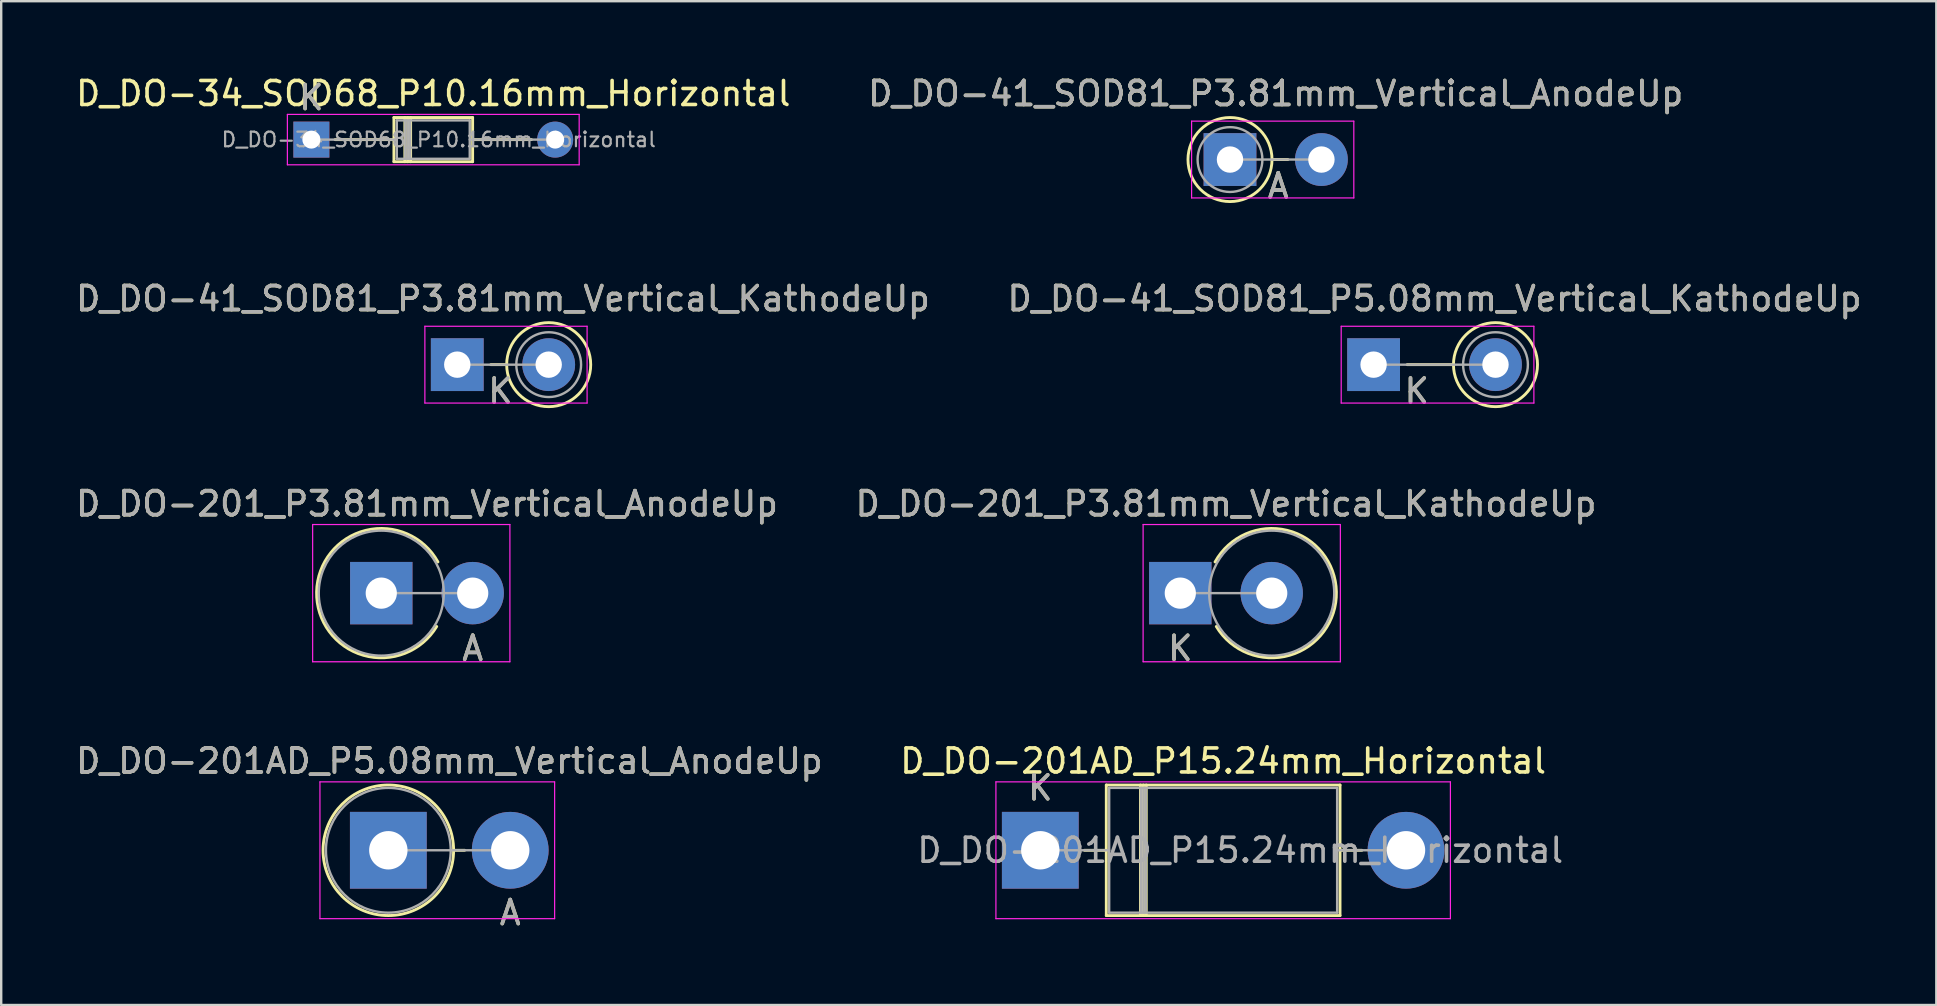
<source format=kicad_pcb>
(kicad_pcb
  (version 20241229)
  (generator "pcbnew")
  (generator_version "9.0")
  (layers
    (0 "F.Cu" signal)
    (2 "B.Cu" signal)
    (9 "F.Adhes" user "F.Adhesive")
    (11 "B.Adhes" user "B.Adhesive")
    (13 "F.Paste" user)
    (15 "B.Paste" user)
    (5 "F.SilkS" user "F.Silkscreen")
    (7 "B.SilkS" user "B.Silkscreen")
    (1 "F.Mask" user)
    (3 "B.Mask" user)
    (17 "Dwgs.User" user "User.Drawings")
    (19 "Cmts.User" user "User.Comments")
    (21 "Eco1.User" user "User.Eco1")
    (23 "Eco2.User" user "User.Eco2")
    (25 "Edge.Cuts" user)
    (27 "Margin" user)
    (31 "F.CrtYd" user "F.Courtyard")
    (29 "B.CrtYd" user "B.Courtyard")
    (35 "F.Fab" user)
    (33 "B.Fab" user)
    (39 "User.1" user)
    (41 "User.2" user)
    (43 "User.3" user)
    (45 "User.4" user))
  (footprint "D_DO-201AD_P5.08mm_Vertical_AnodeUp"
    (layer "F.Cu")
    (at 13.133 32.384)
    (property "Reference" "D_DO-201AD_P5.08mm_Vertical_AnodeUp" (at 2.54 -3.72 0) (layer "F.SilkS") (effects (font (size 1 1) (thickness 0.15))))
    (attr through_hole)
    (fp_line (start 2.72 0) (end 3.18 0) (stroke (width 0.12) (type solid)) (layer "F.SilkS"))
    (fp_circle (center 0 0) (end 2.72 0) (stroke (width 0.12) (type solid)) (fill no) (layer "F.SilkS"))
    (fp_line (start -2.85 -2.85) (end -2.85 2.85) (stroke (width 0.05) (type solid)) (layer "F.CrtYd"))
    (fp_line (start -2.85 2.85) (end 6.93 2.85) (stroke (width 0.05) (type solid)) (layer "F.CrtYd"))
    (fp_line (start 6.93 -2.85) (end -2.85 -2.85) (stroke (width 0.05) (type solid)) (layer "F.CrtYd"))
    (fp_line (start 6.93 2.85) (end 6.93 -2.85) (stroke (width 0.05) (type solid)) (layer "F.CrtYd"))
    (fp_line (start 0 0) (end 5.08 0) (stroke (width 0.1) (type solid)) (layer "F.Fab"))
    (fp_circle (center 0 0) (end 2.6 0) (stroke (width 0.1) (type solid)) (fill no) (layer "F.Fab"))
    (fp_text user "A" (at 5.08 2.6 0) (layer "F.SilkS") (effects (font (size 1 1) (thickness 0.15))))
    (fp_text user "A" (at 5.08 2.6 0) (layer "F.Fab") (effects (font (size 1 1) (thickness 0.15))))
    (fp_text user "${REFERENCE}" (at 2.54 -3.72 0) (layer "F.Fab") (effects (font (size 1 1) (thickness 0.15))))
    (pad "1" thru_hole rect (at 0 0) (size 3.2 3.2) (drill 1.6) (layers "*.Cu" "*.Mask"))
    (pad "2" thru_hole oval (at 5.08 0) (size 3.2 3.2) (drill 1.6) (layers "*.Cu" "*.Mask")))
  (footprint "D_DO-41_SOD81_P5.08mm_Vertical_KathodeUp"
    (layer "F.Cu")
    (at 54.192 12.146)
    (property "Reference" "D_DO-41_SOD81_P5.08mm_Vertical_KathodeUp" (at 2.54 -2.751 0) (layer "F.SilkS") (effects (font (size 1 1) (thickness 0.15))))
    (attr through_hole)
    (fp_line (start 3.329 0) (end 1.4 0) (stroke (width 0.12) (type solid)) (layer "F.SilkS"))
    (fp_circle (center 5.08 0) (end 6.831 0) (stroke (width 0.12) (type solid)) (fill no) (layer "F.SilkS"))
    (fp_line (start -1.35 -1.6) (end -1.35 1.6) (stroke (width 0.05) (type solid)) (layer "F.CrtYd"))
    (fp_line (start -1.35 1.6) (end 6.68 1.6) (stroke (width 0.05) (type solid)) (layer "F.CrtYd"))
    (fp_line (start 6.68 -1.6) (end -1.35 -1.6) (stroke (width 0.05) (type solid)) (layer "F.CrtYd"))
    (fp_line (start 6.68 1.6) (end 6.68 -1.6) (stroke (width 0.05) (type solid)) (layer "F.CrtYd"))
    (fp_line (start 0 0) (end 5.08 0) (stroke (width 0.1) (type solid)) (layer "F.Fab"))
    (fp_circle (center 5.08 0) (end 6.43 0) (stroke (width 0.1) (type solid)) (fill no) (layer "F.Fab"))
    (fp_text user "K" (at 1.8 1.1 0) (layer "F.SilkS") (effects (font (size 1 1) (thickness 0.15))))
    (fp_text user "K" (at 1.8 1.1 0) (layer "F.Fab") (effects (font (size 1 1) (thickness 0.15))))
    (fp_text user "${REFERENCE}" (at 2.54 -2.751 0) (layer "F.Fab") (effects (font (size 1 1) (thickness 0.15))))
    (pad "1" thru_hole rect (at 0 0) (size 2.2 2.2) (drill 1.1) (layers "*.Cu" "*.Mask"))
    (pad "2" thru_hole oval (at 5.08 0) (size 2.2 2.2) (drill 1.1) (layers "*.Cu" "*.Mask")))
  (footprint "D_DO-41_SOD81_P3.81mm_Vertical_AnodeUp"
    (layer "F.Cu")
    (at 48.208 3.599)
    (property "Reference" "D_DO-41_SOD81_P3.81mm_Vertical_AnodeUp" (at 1.905 -2.751 0) (layer "F.SilkS") (effects (font (size 1 1) (thickness 0.15))))
    (attr through_hole)
    (fp_line (start 1.751 0) (end 2.41 0) (stroke (width 0.12) (type solid)) (layer "F.SilkS"))
    (fp_circle (center 0 0) (end 1.751 0) (stroke (width 0.12) (type solid)) (fill no) (layer "F.SilkS"))
    (fp_line (start -1.6 -1.6) (end -1.6 1.6) (stroke (width 0.05) (type solid)) (layer "F.CrtYd"))
    (fp_line (start -1.6 1.6) (end 5.16 1.6) (stroke (width 0.05) (type solid)) (layer "F.CrtYd"))
    (fp_line (start 5.16 -1.6) (end -1.6 -1.6) (stroke (width 0.05) (type solid)) (layer "F.CrtYd"))
    (fp_line (start 5.16 1.6) (end 5.16 -1.6) (stroke (width 0.05) (type solid)) (layer "F.CrtYd"))
    (fp_line (start 0 0) (end 3.81 0) (stroke (width 0.1) (type solid)) (layer "F.Fab"))
    (fp_circle (center 0 0) (end 1.35 0) (stroke (width 0.1) (type solid)) (fill no) (layer "F.Fab"))
    (fp_text user "A" (at 2.01 1.1 0) (layer "F.SilkS") (effects (font (size 1 1) (thickness 0.15))))
    (fp_text user "${REFERENCE}" (at 1.905 -2.751 0) (layer "F.Fab") (effects (font (size 1 1) (thickness 0.15))))
    (fp_text user "A" (at 2.01 1.1 0) (layer "F.Fab") (effects (font (size 1 1) (thickness 0.15))))
    (pad "1" thru_hole rect (at 0 0) (size 2.2 2.2) (drill 1.1) (layers "*.Cu" "*.Mask"))
    (pad "2" thru_hole oval (at 3.81 0) (size 2.2 2.2) (drill 1.1) (layers "*.Cu" "*.Mask")))
  (footprint "D_DO-41_SOD81_P3.81mm_Vertical_KathodeUp"
    (layer "F.Cu")
    (at 16.006 12.146)
    (property "Reference" "D_DO-41_SOD81_P3.81mm_Vertical_KathodeUp" (at 1.905 -2.751 0) (layer "F.SilkS") (effects (font (size 1 1) (thickness 0.15))))
    (attr through_hole)
    (fp_line (start 2.059 0) (end 1.4 0) (stroke (width 0.12) (type solid)) (layer "F.SilkS"))
    (fp_circle (center 3.81 0) (end 5.561 0) (stroke (width 0.12) (type solid)) (fill no) (layer "F.SilkS"))
    (fp_line (start -1.35 -1.6) (end -1.35 1.6) (stroke (width 0.05) (type solid)) (layer "F.CrtYd"))
    (fp_line (start -1.35 1.6) (end 5.41 1.6) (stroke (width 0.05) (type solid)) (layer "F.CrtYd"))
    (fp_line (start 5.41 -1.6) (end -1.35 -1.6) (stroke (width 0.05) (type solid)) (layer "F.CrtYd"))
    (fp_line (start 5.41 1.6) (end 5.41 -1.6) (stroke (width 0.05) (type solid)) (layer "F.CrtYd"))
    (fp_line (start 0 0) (end 3.81 0) (stroke (width 0.1) (type solid)) (layer "F.Fab"))
    (fp_circle (center 3.81 0) (end 5.16 0) (stroke (width 0.1) (type solid)) (fill no) (layer "F.Fab"))
    (fp_text user "K" (at 1.8 1.1 0) (layer "F.SilkS") (effects (font (size 1 1) (thickness 0.15))))
    (fp_text user "${REFERENCE}" (at 1.905 -2.751 0) (layer "F.Fab") (effects (font (size 1 1) (thickness 0.15))))
    (fp_text user "K" (at 1.8 1.1 0) (layer "F.Fab") (effects (font (size 1 1) (thickness 0.15))))
    (pad "1" thru_hole rect (at 0 0) (size 2.2 2.2) (drill 1.1) (layers "*.Cu" "*.Mask"))
    (pad "2" thru_hole oval (at 3.81 0) (size 2.2 2.2) (drill 1.1) (layers "*.Cu" "*.Mask")))
  (footprint "D_DO-201_P3.81mm_Vertical_KathodeUp"
    (layer "F.Cu")
    (at 46.137 21.668)
    (property "Reference" "D_DO-201_P3.81mm_Vertical_KathodeUp" (at 1.905 -3.725 0) (layer "F.SilkS") (effects (font (size 1 1) (thickness 0.15))))
    (attr through_hole)
    (fp_arc (start 1.448639 -1.3) (mid 6.505054 -0.052035) (end 1.50058 1.390181) (stroke (width 0.12) (type solid)) (layer "F.SilkS"))
    (fp_line (start -1.55 -2.86) (end -1.55 2.86) (stroke (width 0.05) (type solid)) (layer "F.CrtYd"))
    (fp_line (start -1.55 2.86) (end 6.67 2.86) (stroke (width 0.05) (type solid)) (layer "F.CrtYd"))
    (fp_line (start 6.67 -2.86) (end -1.55 -2.86) (stroke (width 0.05) (type solid)) (layer "F.CrtYd"))
    (fp_line (start 6.67 2.86) (end 6.67 -2.86) (stroke (width 0.05) (type solid)) (layer "F.CrtYd"))
    (fp_line (start 0 0) (end 3.81 0) (stroke (width 0.1) (type solid)) (layer "F.Fab"))
    (fp_circle (center 3.81 0) (end 6.415 0) (stroke (width 0.1) (type solid)) (fill no) (layer "F.Fab"))
    (fp_text user "K" (at 0 2.3 0) (layer "F.SilkS") (effects (font (size 1 1) (thickness 0.15))))
    (fp_text user "K" (at 0 2.3 0) (layer "F.Fab") (effects (font (size 1 1) (thickness 0.15))))
    (fp_text user "${REFERENCE}" (at 1.905 -3.725 0) (layer "F.Fab") (effects (font (size 1 1) (thickness 0.15))))
    (pad "1" thru_hole rect (at 0 0) (size 2.6 2.6) (drill 1.3) (layers "*.Cu" "*.Mask"))
    (pad "2" thru_hole oval (at 3.81 0) (size 2.6 2.6) (drill 1.3) (layers "*.Cu" "*.Mask")))
  (footprint "D_DO-201_P3.81mm_Vertical_AnodeUp"
    (layer "F.Cu")
    (at 12.839 21.668)
    (property "Reference" "D_DO-201_P3.81mm_Vertical_AnodeUp" (at 1.905 -3.725 0) (layer "F.SilkS") (effects (font (size 1 1) (thickness 0.15))))
    (attr through_hole)
    (fp_arc (start 2.30942 1.390181) (mid -2.695054 -0.052035) (end 2.361361 -1.3) (stroke (width 0.12) (type solid)) (layer "F.SilkS"))
    (fp_line (start -2.86 -2.86) (end -2.86 2.86) (stroke (width 0.05) (type solid)) (layer "F.CrtYd"))
    (fp_line (start -2.86 2.86) (end 5.36 2.86) (stroke (width 0.05) (type solid)) (layer "F.CrtYd"))
    (fp_line (start 5.36 -2.86) (end -2.86 -2.86) (stroke (width 0.05) (type solid)) (layer "F.CrtYd"))
    (fp_line (start 5.36 2.86) (end 5.36 -2.86) (stroke (width 0.05) (type solid)) (layer "F.CrtYd"))
    (fp_line (start 0 0) (end 3.81 0) (stroke (width 0.1) (type solid)) (layer "F.Fab"))
    (fp_circle (center 0 0) (end 2.605 0) (stroke (width 0.1) (type solid)) (fill no) (layer "F.Fab"))
    (fp_text user "A" (at 3.81 2.3 0) (layer "F.SilkS") (effects (font (size 1 1) (thickness 0.15))))
    (fp_text user "A" (at 3.81 2.3 0) (layer "F.Fab") (effects (font (size 1 1) (thickness 0.15))))
    (fp_text user "${REFERENCE}" (at 1.905 -3.725 0) (layer "F.Fab") (effects (font (size 1 1) (thickness 0.15))))
    (pad "1" thru_hole rect (at 0 0) (size 2.6 2.6) (drill 1.3) (layers "*.Cu" "*.Mask"))
    (pad "2" thru_hole oval (at 3.81 0) (size 2.6 2.6) (drill 1.3) (layers "*.Cu" "*.Mask")))
  (footprint "D_DO-201AD_P15.24mm_Horizontal"
    (layer "F.Cu")
    (at 40.303 32.384)
    (property "Reference" "D_DO-201AD_P15.24mm_Horizontal" (at 7.62 -3.72 0) (layer "F.SilkS") (effects (font (size 1 1) (thickness 0.15))))
    (attr through_hole)
    (fp_line (start 1.84 0) (end 2.75 0) (stroke (width 0.12) (type solid)) (layer "F.SilkS"))
    (fp_line (start 2.75 -2.72) (end 2.75 2.72) (stroke (width 0.12) (type solid)) (layer "F.SilkS"))
    (fp_line (start 2.75 2.72) (end 12.49 2.72) (stroke (width 0.12) (type solid)) (layer "F.SilkS"))
    (fp_line (start 4.175 -2.72) (end 4.175 2.72) (stroke (width 0.12) (type solid)) (layer "F.SilkS"))
    (fp_line (start 4.295 -2.72) (end 4.295 2.72) (stroke (width 0.12) (type solid)) (layer "F.SilkS"))
    (fp_line (start 4.415 -2.72) (end 4.415 2.72) (stroke (width 0.12) (type solid)) (layer "F.SilkS"))
    (fp_line (start 12.49 -2.72) (end 2.75 -2.72) (stroke (width 0.12) (type solid)) (layer "F.SilkS"))
    (fp_line (start 12.49 2.72) (end 12.49 -2.72) (stroke (width 0.12) (type solid)) (layer "F.SilkS"))
    (fp_line (start 13.4 0) (end 12.49 0) (stroke (width 0.12) (type solid)) (layer "F.SilkS"))
    (fp_line (start -1.85 -2.85) (end -1.85 2.85) (stroke (width 0.05) (type solid)) (layer "F.CrtYd"))
    (fp_line (start -1.85 2.85) (end 17.09 2.85) (stroke (width 0.05) (type solid)) (layer "F.CrtYd"))
    (fp_line (start 17.09 -2.85) (end -1.85 -2.85) (stroke (width 0.05) (type solid)) (layer "F.CrtYd"))
    (fp_line (start 17.09 2.85) (end 17.09 -2.85) (stroke (width 0.05) (type solid)) (layer "F.CrtYd"))
    (fp_line (start 0 0) (end 2.87 0) (stroke (width 0.1) (type solid)) (layer "F.Fab"))
    (fp_line (start 2.87 -2.6) (end 2.87 2.6) (stroke (width 0.1) (type solid)) (layer "F.Fab"))
    (fp_line (start 2.87 2.6) (end 12.37 2.6) (stroke (width 0.1) (type solid)) (layer "F.Fab"))
    (fp_line (start 4.195 -2.6) (end 4.195 2.6) (stroke (width 0.1) (type solid)) (layer "F.Fab"))
    (fp_line (start 4.295 -2.6) (end 4.295 2.6) (stroke (width 0.1) (type solid)) (layer "F.Fab"))
    (fp_line (start 4.395 -2.6) (end 4.395 2.6) (stroke (width 0.1) (type solid)) (layer "F.Fab"))
    (fp_line (start 12.37 -2.6) (end 2.87 -2.6) (stroke (width 0.1) (type solid)) (layer "F.Fab"))
    (fp_line (start 12.37 2.6) (end 12.37 -2.6) (stroke (width 0.1) (type solid)) (layer "F.Fab"))
    (fp_line (start 15.24 0) (end 12.37 0) (stroke (width 0.1) (type solid)) (layer "F.Fab"))
    (fp_text user "K" (at 0 -2.6 0) (layer "F.SilkS") (effects (font (size 1 1) (thickness 0.15))))
    (fp_text user "K" (at 0 -2.6 0) (layer "F.Fab") (effects (font (size 1 1) (thickness 0.15))))
    (fp_text user "${REFERENCE}" (at 8.332 0 0) (layer "F.Fab") (effects (font (size 1 1) (thickness 0.15))))
    (pad "1" thru_hole rect (at 0 0) (size 3.2 3.2) (drill 1.6) (layers "*.Cu" "*.Mask"))
    (pad "2" thru_hole oval (at 15.24 0) (size 3.2 3.2) (drill 1.6) (layers "*.Cu" "*.Mask")))
  (footprint "D_DO-34_SOD68_P10.16mm_Horizontal"
    (layer "F.Cu")
    (at 9.926 2.768)
    (property "Reference" "D_DO-34_SOD68_P10.16mm_Horizontal" (at 5.08 -1.92 0) (layer "F.SilkS") (effects (font (size 1 1) (thickness 0.15))))
    (attr through_hole)
    (fp_line (start 0.99 0) (end 3.44 0) (stroke (width 0.12) (type solid)) (layer "F.SilkS"))
    (fp_line (start 3.44 -0.92) (end 3.44 0.92) (stroke (width 0.12) (type solid)) (layer "F.SilkS"))
    (fp_line (start 3.44 0.92) (end 6.72 0.92) (stroke (width 0.12) (type solid)) (layer "F.SilkS"))
    (fp_line (start 3.896 -0.92) (end 3.896 0.92) (stroke (width 0.12) (type solid)) (layer "F.SilkS"))
    (fp_line (start 4.016 -0.92) (end 4.016 0.92) (stroke (width 0.12) (type solid)) (layer "F.SilkS"))
    (fp_line (start 4.136 -0.92) (end 4.136 0.92) (stroke (width 0.12) (type solid)) (layer "F.SilkS"))
    (fp_line (start 6.72 -0.92) (end 3.44 -0.92) (stroke (width 0.12) (type solid)) (layer "F.SilkS"))
    (fp_line (start 6.72 0.92) (end 6.72 -0.92) (stroke (width 0.12) (type solid)) (layer "F.SilkS"))
    (fp_line (start 9.17 0) (end 6.72 0) (stroke (width 0.12) (type solid)) (layer "F.SilkS"))
    (fp_line (start -1 -1.05) (end -1 1.05) (stroke (width 0.05) (type solid)) (layer "F.CrtYd"))
    (fp_line (start -1 1.05) (end 11.16 1.05) (stroke (width 0.05) (type solid)) (layer "F.CrtYd"))
    (fp_line (start 11.16 -1.05) (end -1 -1.05) (stroke (width 0.05) (type solid)) (layer "F.CrtYd"))
    (fp_line (start 11.16 1.05) (end 11.16 -1.05) (stroke (width 0.05) (type solid)) (layer "F.CrtYd"))
    (fp_line (start 0 0) (end 3.56 0) (stroke (width 0.1) (type solid)) (layer "F.Fab"))
    (fp_line (start 3.56 -0.8) (end 3.56 0.8) (stroke (width 0.1) (type solid)) (layer "F.Fab"))
    (fp_line (start 3.56 0.8) (end 6.6 0.8) (stroke (width 0.1) (type solid)) (layer "F.Fab"))
    (fp_line (start 3.916 -0.8) (end 3.916 0.8) (stroke (width 0.1) (type solid)) (layer "F.Fab"))
    (fp_line (start 4.016 -0.8) (end 4.016 0.8) (stroke (width 0.1) (type solid)) (layer "F.Fab"))
    (fp_line (start 4.116 -0.8) (end 4.116 0.8) (stroke (width 0.1) (type solid)) (layer "F.Fab"))
    (fp_line (start 6.6 -0.8) (end 3.56 -0.8) (stroke (width 0.1) (type solid)) (layer "F.Fab"))
    (fp_line (start 6.6 0.8) (end 6.6 -0.8) (stroke (width 0.1) (type solid)) (layer "F.Fab"))
    (fp_line (start 10.16 0) (end 6.6 0) (stroke (width 0.1) (type solid)) (layer "F.Fab"))
    (fp_text user "K" (at 0 -1.75 0) (layer "F.SilkS") (effects (font (size 1 1) (thickness 0.15))))
    (fp_text user "K" (at 0 -1.75 0) (layer "F.Fab") (effects (font (size 1 1) (thickness 0.15))))
    (fp_text user "${REFERENCE}" (at 5.308 0 0) (layer "F.Fab") (effects (font (size 0.608 0.608) (thickness 0.091))))
    (pad "1" thru_hole rect (at 0 0) (size 1.5 1.5) (drill 0.75) (layers "*.Cu" "*.Mask"))
    (pad "2" thru_hole oval (at 10.16 0) (size 1.5 1.5) (drill 0.75) (layers "*.Cu" "*.Mask")))
  (gr_rect
    (start -3 -3)
    (end 77.643 38.832)
    (stroke (width 0.1) (type default))
    (fill no)
    (layer "Edge.Cuts")))
</source>
